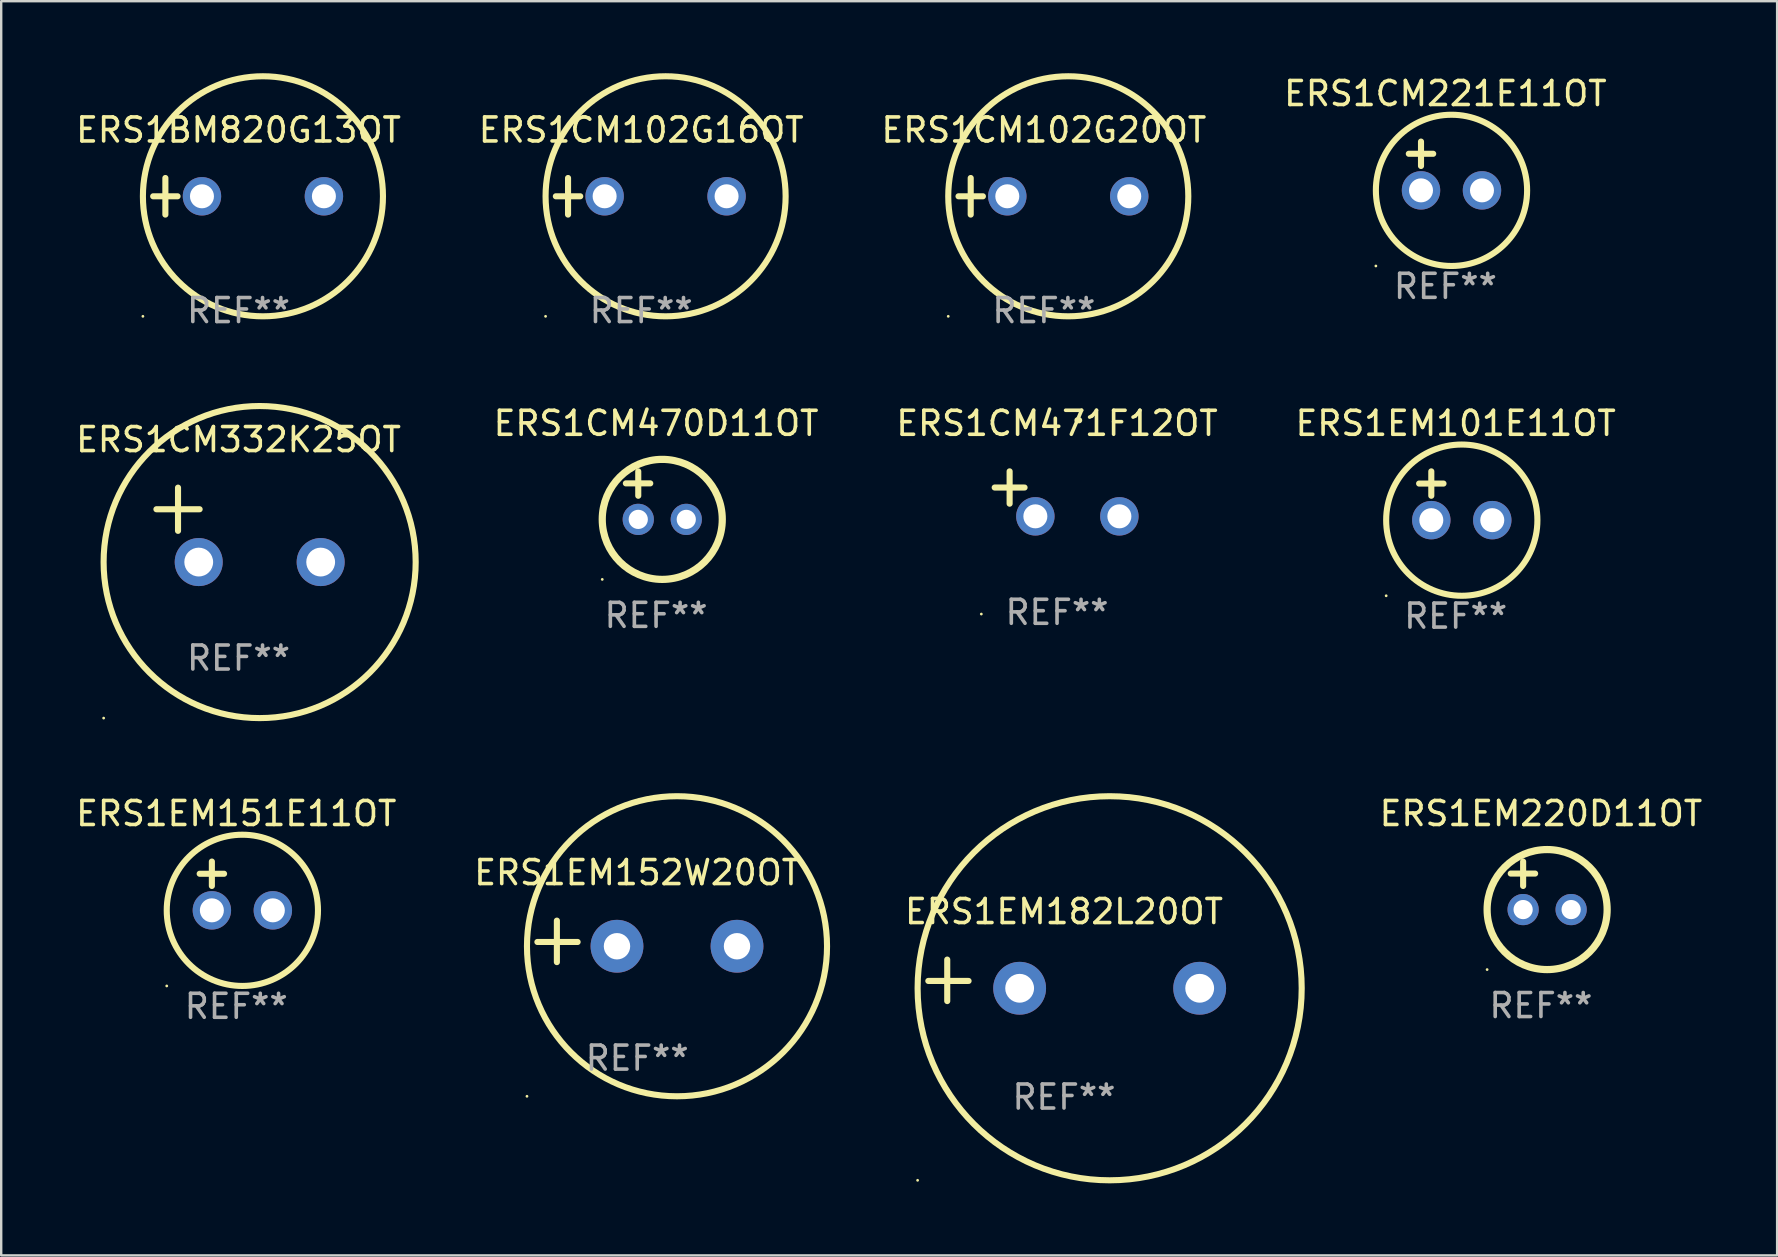
<source format=kicad_pcb>
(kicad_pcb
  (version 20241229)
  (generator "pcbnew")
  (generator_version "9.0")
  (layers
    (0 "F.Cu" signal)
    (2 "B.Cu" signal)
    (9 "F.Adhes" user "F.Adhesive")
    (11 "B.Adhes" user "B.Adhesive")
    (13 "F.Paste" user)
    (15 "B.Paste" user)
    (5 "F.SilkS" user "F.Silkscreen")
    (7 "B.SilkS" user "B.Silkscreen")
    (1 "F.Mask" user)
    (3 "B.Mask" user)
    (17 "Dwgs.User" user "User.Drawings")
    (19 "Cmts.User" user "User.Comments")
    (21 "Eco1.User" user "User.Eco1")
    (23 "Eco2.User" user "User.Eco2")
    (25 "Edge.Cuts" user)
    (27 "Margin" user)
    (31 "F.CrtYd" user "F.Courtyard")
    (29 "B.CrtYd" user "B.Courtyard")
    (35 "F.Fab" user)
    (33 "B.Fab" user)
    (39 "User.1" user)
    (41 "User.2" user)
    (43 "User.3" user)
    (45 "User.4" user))
  (footprint "ERS1CM102G20OT"
    (layer "F.Cu")
    (at 40.435 5.127)
    (property "Reference" "ERS1CM102G20OT" (at 0 -2.762 0) (layer "F.SilkS") (effects (font (size 1 1) (thickness 0.15))))
    (attr through_hole)
    (fp_line (start -3.556 0) (end -2.54 0) (stroke (width 0.254) (type solid)) (layer "F.SilkS"))
    (fp_line (start -3.048 -0.762) (end -3.048 0.762) (stroke (width 0.254) (type solid)) (layer "F.SilkS"))
    (fp_circle (center -3.984 5) (end -3.954 5) (stroke (width 0.06) (type solid)) (fill no) (layer "F.SilkS"))
    (fp_circle (center 1.016 0) (end 6.016 0) (stroke (width 0.254) (type solid)) (fill no) (layer "F.SilkS"))
    (fp_text user "REF**" (at 0 4.762 0) (layer "F.Fab") (effects (font (size 1 1) (thickness 0.15))))
    (pad "1" thru_hole circle (at -1.524 0) (size 1.6 1.6) (drill 1) (layers "*.Cu" "*.Mask"))
    (pad "2" thru_hole circle (at 3.556 0) (size 1.6 1.6) (drill 1) (layers "*.Cu" "*.Mask")))
  (footprint "ERS1CM332K25OT"
    (layer "F.Cu")
    (at 6.887 18.814)
    (property "Reference" "ERS1CM332K25OT" (at 0 -3.55 0) (layer "F.SilkS") (effects (font (size 1 1) (thickness 0.15))))
    (attr through_hole)
    (fp_line (start -3.421 -0.65) (end -1.621 -0.65) (stroke (width 0.254) (type solid)) (layer "F.SilkS"))
    (fp_line (start -2.521 -1.55) (end -2.521 0.25) (stroke (width 0.254) (type solid)) (layer "F.SilkS"))
    (fp_circle (center -5.619 8.05) (end -5.589 8.05) (stroke (width 0.06) (type solid)) (fill no) (layer "F.SilkS"))
    (fp_circle (center 0.879 1.55) (end 7.379 1.55) (stroke (width 0.254) (type solid)) (fill no) (layer "F.SilkS"))
    (fp_text user "REF**" (at 0 5.55 0) (layer "F.Fab") (effects (font (size 1 1) (thickness 0.15))))
    (pad "1" thru_hole circle (at -1.659 1.55) (size 2 2) (drill 1.2) (layers "*.Cu" "*.Mask"))
    (pad "2" thru_hole circle (at 3.421 1.55) (size 2 2) (drill 1.2) (layers "*.Cu" "*.Mask")))
  (footprint "ERS1CM102G16OT"
    (layer "F.Cu")
    (at 23.661 5.127)
    (property "Reference" "ERS1CM102G16OT" (at 0 -2.762 0) (layer "F.SilkS") (effects (font (size 1 1) (thickness 0.15))))
    (attr through_hole)
    (fp_line (start -3.556 0) (end -2.54 0) (stroke (width 0.254) (type solid)) (layer "F.SilkS"))
    (fp_line (start -3.048 -0.762) (end -3.048 0.762) (stroke (width 0.254) (type solid)) (layer "F.SilkS"))
    (fp_circle (center -3.984 5) (end -3.954 5) (stroke (width 0.06) (type solid)) (fill no) (layer "F.SilkS"))
    (fp_circle (center 1.016 0) (end 6.016 0) (stroke (width 0.254) (type solid)) (fill no) (layer "F.SilkS"))
    (fp_text user "REF**" (at 0 4.762 0) (layer "F.Fab") (effects (font (size 1 1) (thickness 0.15))))
    (pad "1" thru_hole circle (at -1.524 0) (size 1.6 1.6) (drill 1) (layers "*.Cu" "*.Mask"))
    (pad "2" thru_hole circle (at 3.556 0) (size 1.6 1.6) (drill 1) (layers "*.Cu" "*.Mask")))
  (footprint "ERS1EM220D11OT"
    (layer "F.Cu")
    (at 61.141 33.84)
    (property "Reference" "ERS1EM220D11OT" (at 0 -3 0) (layer "F.SilkS") (effects (font (size 1 1) (thickness 0.15))))
    (attr through_hole)
    (fp_line (start -1.258 -0.5) (end -0.242 -0.5) (stroke (width 0.254) (type solid)) (layer "F.SilkS"))
    (fp_line (start -0.742 -1) (end -0.742 0.016) (stroke (width 0.254) (type solid)) (layer "F.SilkS"))
    (fp_circle (center -2.242 3.5) (end -2.212 3.5) (stroke (width 0.06) (type solid)) (fill no) (layer "F.SilkS"))
    (fp_circle (center 0.258 1) (end 2.758 1) (stroke (width 0.3) (type solid)) (fill no) (layer "F.SilkS"))
    (fp_text user "REF**" (at 0 5 0) (layer "F.Fab") (effects (font (size 1 1) (thickness 0.15))))
    (pad "1" thru_hole circle (at -0.742 1) (size 1.3 1.3) (drill 0.8) (layers "*.Cu" "*.Mask"))
    (pad "2" thru_hole circle (at 1.258 1) (size 1.3 1.3) (drill 0.8) (layers "*.Cu" "*.Mask")))
  (footprint "ERS1CM470D11OT"
    (layer "F.Cu")
    (at 24.28 17.586)
    (property "Reference" "ERS1CM470D11OT" (at 0 -3 0) (layer "F.SilkS") (effects (font (size 1 1) (thickness 0.15))))
    (attr through_hole)
    (fp_line (start -1.258 -0.5) (end -0.242 -0.5) (stroke (width 0.254) (type solid)) (layer "F.SilkS"))
    (fp_line (start -0.742 -1) (end -0.742 0.016) (stroke (width 0.254) (type solid)) (layer "F.SilkS"))
    (fp_circle (center -2.242 3.5) (end -2.212 3.5) (stroke (width 0.06) (type solid)) (fill no) (layer "F.SilkS"))
    (fp_circle (center 0.258 1) (end 2.758 1) (stroke (width 0.3) (type solid)) (fill no) (layer "F.SilkS"))
    (fp_text user "REF**" (at 0 5 0) (layer "F.Fab") (effects (font (size 1 1) (thickness 0.15))))
    (pad "1" thru_hole circle (at -0.742 1) (size 1.3 1.3) (drill 0.8) (layers "*.Cu" "*.Mask"))
    (pad "2" thru_hole circle (at 1.258 1) (size 1.3 1.3) (drill 0.8) (layers "*.Cu" "*.Mask")))
  (footprint "ERS1CM221E11OT"
    (layer "F.Cu")
    (at 57.161 3.864)
    (property "Reference" "ERS1CM221E11OT" (at 0 -3.016 0) (layer "F.SilkS") (effects (font (size 1 1) (thickness 0.15))))
    (attr through_hole)
    (fp_line (start -1.524 -0.508) (end -0.508 -0.508) (stroke (width 0.254) (type solid)) (layer "F.SilkS"))
    (fp_line (start -1.016 -1.016) (end -1.016 0) (stroke (width 0.254) (type solid)) (layer "F.SilkS"))
    (fp_circle (center -2.896 4.166) (end -2.866 4.166) (stroke (width 0.06) (type solid)) (fill no) (layer "F.SilkS"))
    (fp_circle (center 0.254 1.016) (end 3.404 1.016) (stroke (width 0.254) (type solid)) (fill no) (layer "F.SilkS"))
    (fp_text user "REF**" (at 0 5.016 0) (layer "F.Fab") (effects (font (size 1 1) (thickness 0.15))))
    (pad "1" thru_hole circle (at -1.016 1.016) (size 1.6 1.6) (drill 1) (layers "*.Cu" "*.Mask"))
    (pad "2" thru_hole circle (at 1.524 1.016) (size 1.6 1.6) (drill 1) (layers "*.Cu" "*.Mask")))
  (footprint "ERS1EM152W20OT"
    (layer "F.Cu")
    (at 23.494 36.165)
    (property "Reference" "ERS1EM152W20OT" (at 0 -2.864 0) (layer "F.SilkS") (effects (font (size 1 1) (thickness 0.15))))
    (attr through_hole)
    (fp_line (start -3.346 0.864) (end -3.346 -0.864) (stroke (width 0.254) (type solid)) (layer "F.SilkS"))
    (fp_line (start -2.482 0.025) (end -4.158 0.025) (stroke (width 0.254) (type solid)) (layer "F.SilkS"))
    (fp_circle (center -4.592 6.453) (end -4.562 6.453) (stroke (width 0.06) (type solid)) (fill no) (layer "F.SilkS"))
    (fp_circle (center 1.658 0.203) (end 7.908 0.203) (stroke (width 0.254) (type solid)) (fill no) (layer "F.SilkS"))
    (fp_text user "REF**" (at 0 4.864 0) (layer "F.Fab") (effects (font (size 1 1) (thickness 0.15))))
    (pad "1" thru_hole circle (at -0.842 0.203) (size 2.2 2.2) (drill 1.1) (layers "*.Cu" "*.Mask"))
    (pad "2" thru_hole circle (at 4.158 0.203) (size 2.2 2.2) (drill 1.1) (layers "*.Cu" "*.Mask")))
  (footprint "ERS1EM101E11OT"
    (layer "F.Cu")
    (at 57.59 17.602)
    (property "Reference" "ERS1EM101E11OT" (at 0 -3.016 0) (layer "F.SilkS") (effects (font (size 1 1) (thickness 0.15))))
    (attr through_hole)
    (fp_line (start -1.524 -0.508) (end -0.508 -0.508) (stroke (width 0.254) (type solid)) (layer "F.SilkS"))
    (fp_line (start -1.016 -1.016) (end -1.016 0) (stroke (width 0.254) (type solid)) (layer "F.SilkS"))
    (fp_circle (center -2.896 4.166) (end -2.866 4.166) (stroke (width 0.06) (type solid)) (fill no) (layer "F.SilkS"))
    (fp_circle (center 0.254 1.016) (end 3.404 1.016) (stroke (width 0.254) (type solid)) (fill no) (layer "F.SilkS"))
    (fp_text user "REF**" (at 0 5.016 0) (layer "F.Fab") (effects (font (size 1 1) (thickness 0.15))))
    (pad "1" thru_hole circle (at -1.016 1.016) (size 1.6 1.6) (drill 1) (layers "*.Cu" "*.Mask"))
    (pad "2" thru_hole circle (at 1.524 1.016) (size 1.6 1.6) (drill 1) (layers "*.Cu" "*.Mask")))
  (footprint "ERS1BM820G13OT"
    (layer "F.Cu")
    (at 6.887 5.127)
    (property "Reference" "ERS1BM820G13OT" (at 0 -2.762 0) (layer "F.SilkS") (effects (font (size 1 1) (thickness 0.15))))
    (attr through_hole)
    (fp_line (start -3.556 0) (end -2.54 0) (stroke (width 0.254) (type solid)) (layer "F.SilkS"))
    (fp_line (start -3.048 -0.762) (end -3.048 0.762) (stroke (width 0.254) (type solid)) (layer "F.SilkS"))
    (fp_circle (center -3.984 5) (end -3.954 5) (stroke (width 0.06) (type solid)) (fill no) (layer "F.SilkS"))
    (fp_circle (center 1.016 0) (end 6.016 0) (stroke (width 0.254) (type solid)) (fill no) (layer "F.SilkS"))
    (fp_text user "REF**" (at 0 4.762 0) (layer "F.Fab") (effects (font (size 1 1) (thickness 0.15))))
    (pad "1" thru_hole circle (at -1.524 0) (size 1.6 1.6) (drill 1) (layers "*.Cu" "*.Mask"))
    (pad "2" thru_hole circle (at 3.556 0) (size 1.6 1.6) (drill 1) (layers "*.Cu" "*.Mask")))
  (footprint "ERS1EM151E11OT"
    (layer "F.Cu")
    (at 6.792 33.856)
    (property "Reference" "ERS1EM151E11OT" (at 0 -3.016 0) (layer "F.SilkS") (effects (font (size 1 1) (thickness 0.15))))
    (attr through_hole)
    (fp_line (start -1.524 -0.508) (end -0.508 -0.508) (stroke (width 0.254) (type solid)) (layer "F.SilkS"))
    (fp_line (start -1.016 -1.016) (end -1.016 0) (stroke (width 0.254) (type solid)) (layer "F.SilkS"))
    (fp_circle (center -2.896 4.166) (end -2.866 4.166) (stroke (width 0.06) (type solid)) (fill no) (layer "F.SilkS"))
    (fp_circle (center 0.254 1.016) (end 3.404 1.016) (stroke (width 0.254) (type solid)) (fill no) (layer "F.SilkS"))
    (fp_text user "REF**" (at 0 5.016 0) (layer "F.Fab") (effects (font (size 1 1) (thickness 0.15))))
    (pad "1" thru_hole circle (at -1.016 1.016) (size 1.6 1.6) (drill 1) (layers "*.Cu" "*.Mask"))
    (pad "2" thru_hole circle (at 1.524 1.016) (size 1.6 1.6) (drill 1) (layers "*.Cu" "*.Mask")))
  (footprint "ERS1CM471F12OT"
    (layer "F.Cu")
    (at 40.983 17.522)
    (property "Reference" "ERS1CM471F12OT" (at 0 -2.937 0) (layer "F.SilkS") (effects (font (size 1 1) (thickness 0.15))))
    (attr through_hole)
    (fp_line (start -1.975 0.41) (end -1.975 -0.937) (stroke (width 0.254) (type solid)) (layer "F.SilkS"))
    (fp_line (start -1.353 -0.263) (end -2.597 -0.263) (stroke (width 0.254) (type solid)) (layer "F.SilkS"))
    (fp_arc (start 0.849809 -3.063957) (mid 0.885369 -3.064114) (end 0.920929 -3.063957) (stroke (width 0.254001) (type solid)) (layer "F.SilkS"))
    (fp_circle (center -3.154 5.008) (end -3.124 5.008) (stroke (width 0.06) (type solid)) (fill no) (layer "F.SilkS"))
    (fp_text user "REF**" (at 0 4.937 0) (layer "F.Fab") (effects (font (size 1 1) (thickness 0.15))))
    (pad "1" thru_hole circle (at -0.903 0.937) (size 1.6 1.6) (drill 1) (layers "*.Cu" "*.Mask"))
    (pad "2" thru_hole circle (at 2.597 0.937) (size 1.6 1.6) (drill 1) (layers "*.Cu" "*.Mask")))
  (footprint "ERS1EM182L20OT"
    (layer "F.Cu")
    (at 41.273 37.788)
    (property "Reference" "ERS1EM182L20OT" (at 0 -2.864 0) (layer "F.SilkS") (effects (font (size 1 1) (thickness 0.15))))
    (attr through_hole)
    (fp_line (start -4.864 0.864) (end -4.864 -0.864) (stroke (width 0.254) (type solid)) (layer "F.SilkS"))
    (fp_line (start -3.975 0.025) (end -5.652 0.025) (stroke (width 0.254) (type solid)) (layer "F.SilkS"))
    (fp_circle (center -6.098 8.33) (end -6.068 8.33) (stroke (width 0.06) (type solid)) (fill no) (layer "F.SilkS"))
    (fp_circle (center 1.902 0.33) (end 9.902 0.33) (stroke (width 0.254) (type solid)) (fill no) (layer "F.SilkS"))
    (fp_text user "REF**" (at 0 4.864 0) (layer "F.Fab") (effects (font (size 1 1) (thickness 0.15))))
    (pad "1" thru_hole circle (at -1.848 0.33) (size 2.2 2.2) (drill 1.2) (layers "*.Cu" "*.Mask"))
    (pad "2" thru_hole circle (at 5.652 0.33) (size 2.2 2.2) (drill 1.2) (layers "*.Cu" "*.Mask")))
  (gr_rect
    (start -3 -3)
    (end 70.98 49.246)
    (stroke (width 0.1) (type default))
    (fill no)
    (layer "Edge.Cuts")))
</source>
